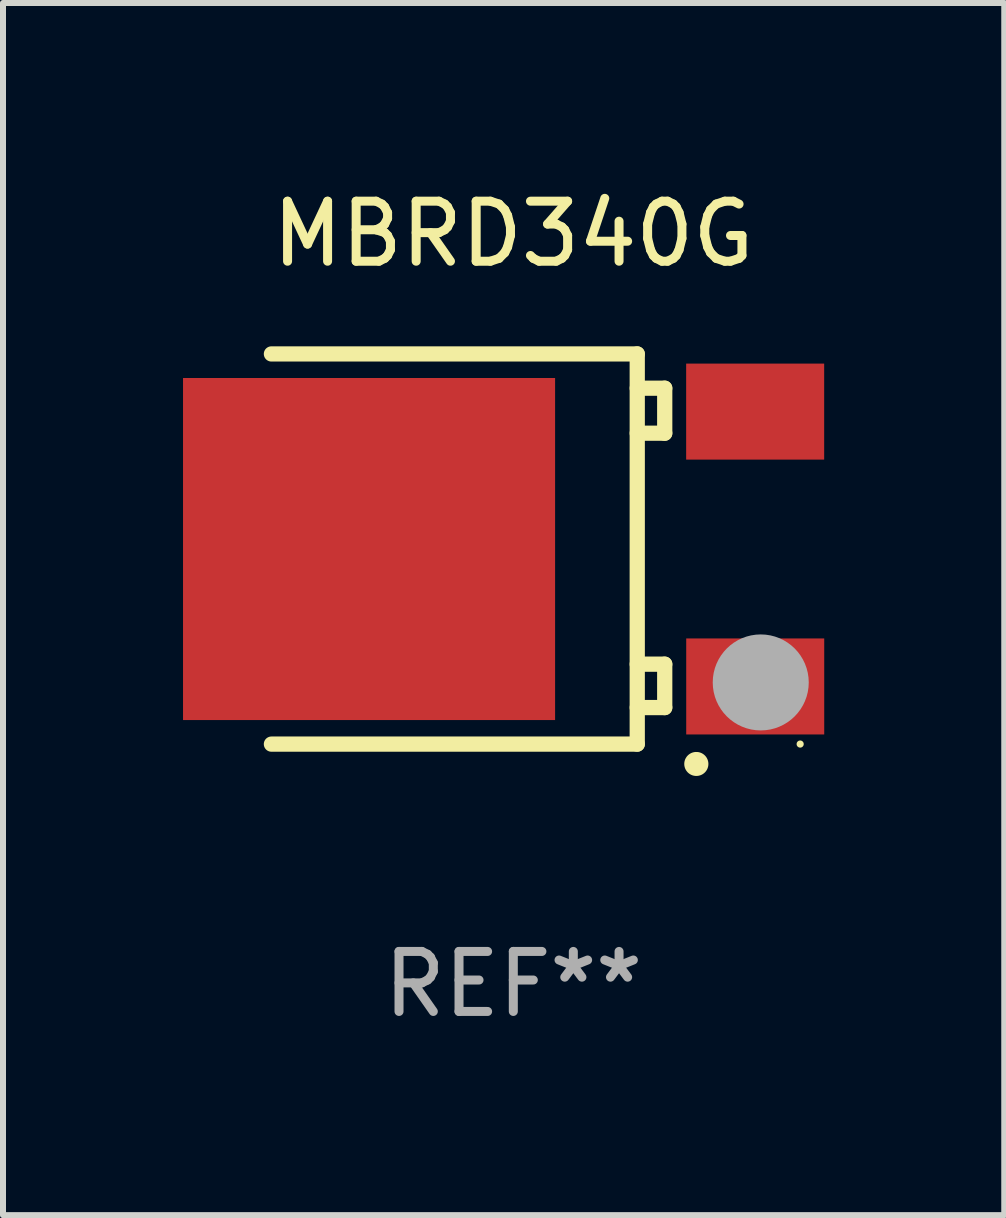
<source format=kicad_pcb>
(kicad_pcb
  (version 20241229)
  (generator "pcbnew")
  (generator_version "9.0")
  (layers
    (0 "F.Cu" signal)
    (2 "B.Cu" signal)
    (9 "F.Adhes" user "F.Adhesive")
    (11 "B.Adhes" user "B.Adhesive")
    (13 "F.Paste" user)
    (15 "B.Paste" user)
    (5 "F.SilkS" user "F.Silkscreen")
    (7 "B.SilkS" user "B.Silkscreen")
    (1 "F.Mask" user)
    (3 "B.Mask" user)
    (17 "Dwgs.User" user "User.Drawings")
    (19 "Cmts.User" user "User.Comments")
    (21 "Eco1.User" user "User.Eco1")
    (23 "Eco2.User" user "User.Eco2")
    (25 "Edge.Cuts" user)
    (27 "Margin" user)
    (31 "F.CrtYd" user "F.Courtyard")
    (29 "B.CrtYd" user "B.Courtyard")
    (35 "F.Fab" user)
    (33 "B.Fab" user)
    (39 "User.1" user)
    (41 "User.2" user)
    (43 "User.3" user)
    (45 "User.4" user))
  (footprint "MBRD340G"
    (layer "F.Cu")
    (at 5.504 6.099)
    (property "Reference" "MBRD340G" (at 0 -5.251 0) (layer "F.SilkS") (effects (font (size 1 1) (thickness 0.15))))
    (attr through_hole)
    (fp_line (start -4.031 3.251) (end 2.065 3.251) (stroke (width 0.254) (type solid)) (layer "F.SilkS"))
    (fp_line (start 2.065 -3.251) (end -4.031 -3.251) (stroke (width 0.254) (type solid)) (layer "F.SilkS"))
    (fp_line (start 2.065 -2.68) (end 2.523 -2.68) (stroke (width 0.254) (type solid)) (layer "F.SilkS"))
    (fp_line (start 2.065 1.919) (end 2.523 1.919) (stroke (width 0.254) (type solid)) (layer "F.SilkS"))
    (fp_line (start 2.065 3.251) (end 2.065 -3.251) (stroke (width 0.254) (type solid)) (layer "F.SilkS"))
    (fp_line (start 2.523 -2.68) (end 2.523 -1.93) (stroke (width 0.254) (type solid)) (layer "F.SilkS"))
    (fp_line (start 2.523 -1.93) (end 2.065 -1.93) (stroke (width 0.254) (type solid)) (layer "F.SilkS"))
    (fp_line (start 2.523 1.919) (end 2.523 2.642) (stroke (width 0.254) (type solid)) (layer "F.SilkS"))
    (fp_line (start 2.523 2.642) (end 2.065 2.642) (stroke (width 0.254) (type solid)) (layer "F.SilkS"))
    (fp_arc (start 3.048298 3.581407) (mid 3.049568 3.581403) (end 3.050838 3.581407) (stroke (width 0.4) (type solid)) (layer "F.SilkS"))
    (fp_circle (center 4.78 3.25) (end 4.81 3.25) (stroke (width 0.06) (type solid)) (fill no) (layer "F.SilkS"))
    (fp_circle (center 4.123 2.223) (end 4.523 2.223) (stroke (width 0.8) (type solid)) (fill no) (layer "F.Fab"))
    (fp_text user "REF**" (at 0 7.251 0) (layer "F.Fab") (effects (font (size 1 1) (thickness 0.15))))
    (pad "1" smd rect (at 4.031 2.29) (size 2.3 1.6) (layers "F.Cu" "F.Mask" "F.Paste"))
    (pad "2" smd rect (at -2.404 0) (size 6.2 5.7) (layers "F.Cu" "F.Mask" "F.Paste"))
    (pad "3" smd rect (at 4.03 -2.29) (size 2.3 1.6) (layers "F.Cu" "F.Mask" "F.Paste")))
  (gr_rect
    (start -3 -3)
    (end 13.685 17.199)
    (stroke (width 0.1) (type default))
    (fill no)
    (layer "Edge.Cuts")))
</source>
